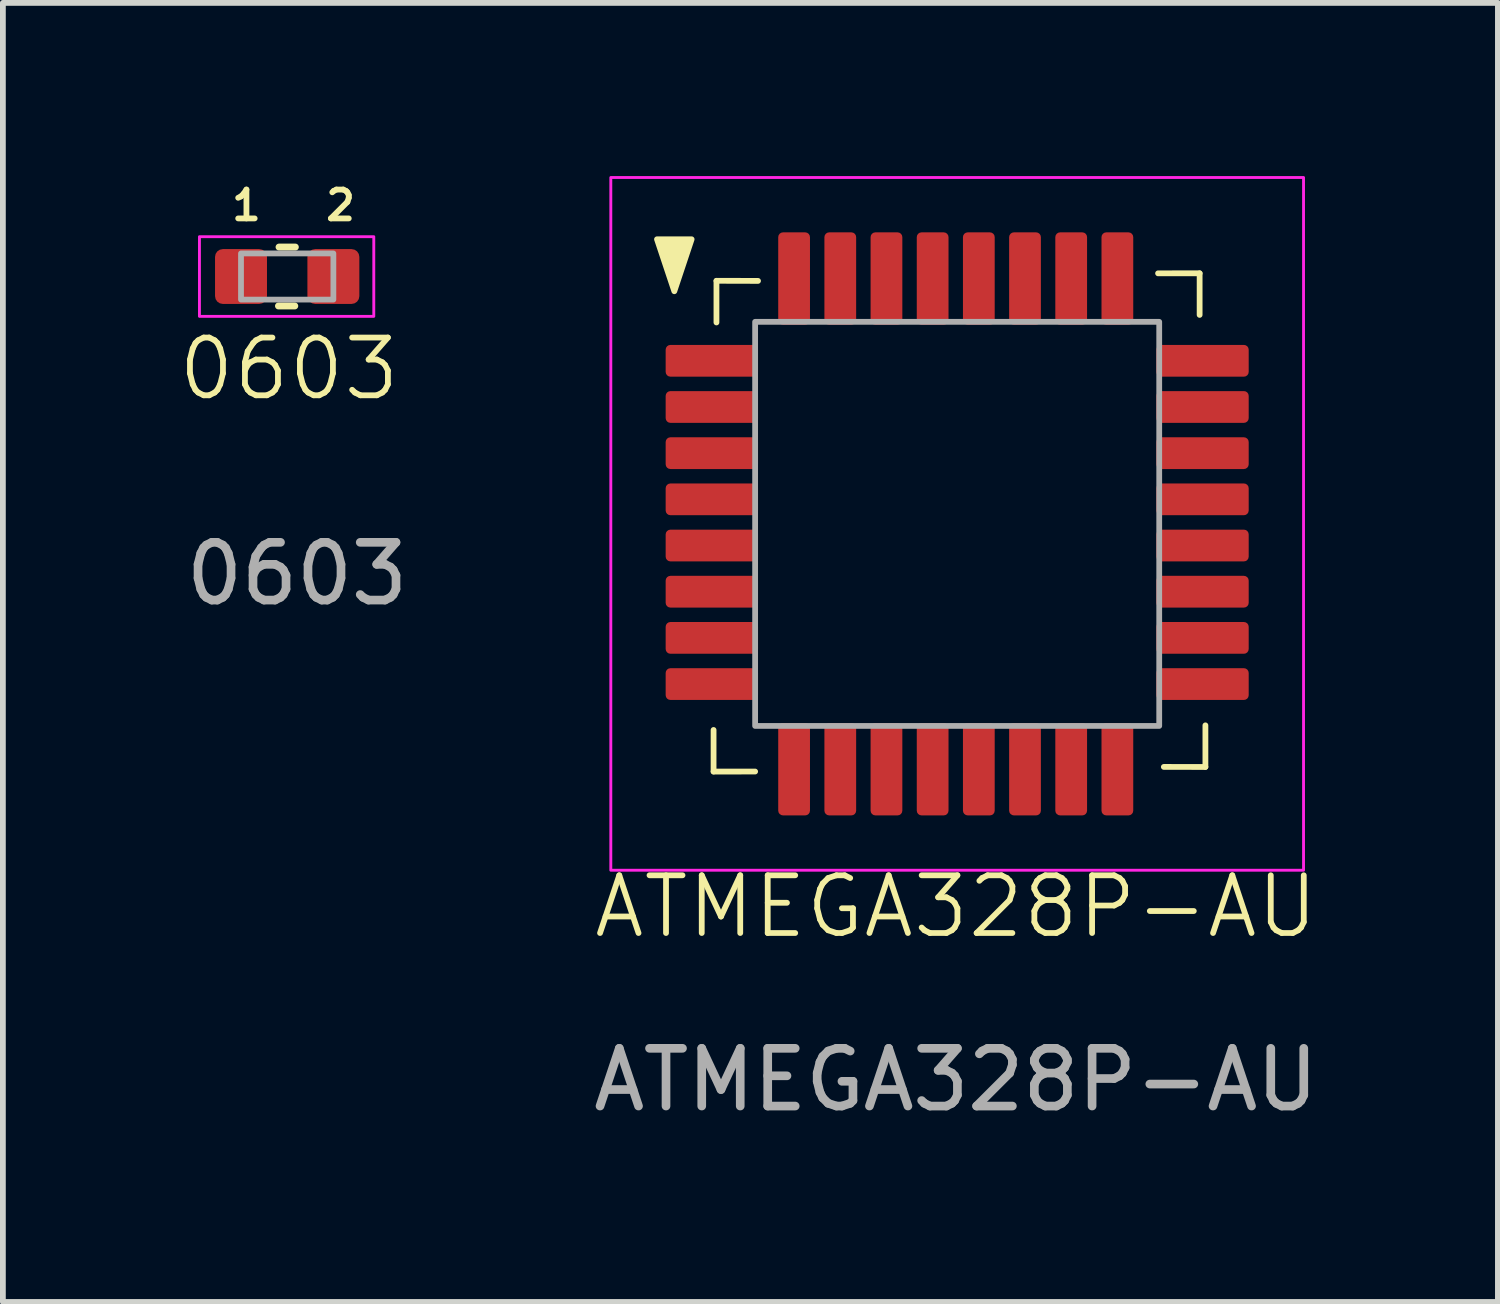
<source format=kicad_pcb>
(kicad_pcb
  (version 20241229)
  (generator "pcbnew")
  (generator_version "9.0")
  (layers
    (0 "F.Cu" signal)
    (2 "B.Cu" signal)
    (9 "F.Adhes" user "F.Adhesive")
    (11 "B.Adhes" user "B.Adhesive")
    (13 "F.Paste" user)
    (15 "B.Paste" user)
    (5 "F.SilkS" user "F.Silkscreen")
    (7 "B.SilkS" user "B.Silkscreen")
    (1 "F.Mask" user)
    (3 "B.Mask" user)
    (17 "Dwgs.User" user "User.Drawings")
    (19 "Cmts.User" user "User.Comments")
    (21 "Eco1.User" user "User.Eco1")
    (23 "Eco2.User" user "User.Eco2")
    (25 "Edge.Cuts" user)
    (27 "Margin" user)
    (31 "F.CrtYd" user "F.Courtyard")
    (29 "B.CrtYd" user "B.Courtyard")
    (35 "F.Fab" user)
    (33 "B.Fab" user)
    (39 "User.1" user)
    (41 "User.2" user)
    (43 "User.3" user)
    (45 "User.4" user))
  (footprint "0603"
    (layer "F.Cu")
    (at 1.895 1.74)
    (property "Reference" "0603" (at 0.06 1.6 0) (unlocked yes) (layer "F.SilkS") (effects (font (size 1 1) (thickness 0.1))))
    (attr smd)
    (fp_line (start -0.121 0.51) (end 0.161 0.51) (stroke (width 0.12) (type solid)) (layer "F.SilkS"))
    (fp_line (start -0.111 -0.51) (end 0.171 -0.51) (stroke (width 0.12) (type solid)) (layer "F.SilkS"))
    (fp_rect (start -1.49 -0.69) (end 1.53 0.69) (stroke (width 0.05) (type default)) (fill no) (layer "F.CrtYd"))
    (fp_rect (start -0.77 -0.4) (end 0.83 0.4) (stroke (width 0.1) (type default)) (fill no) (layer "F.Fab"))
    (fp_text user "2" (at 0.65 -0.94 0) (unlocked yes) (layer "F.SilkS") (effects (font (size 0.5 0.5) (thickness 0.1)) (justify left bottom)))
    (fp_text user "1" (at -0.98 -0.94 0) (unlocked yes) (layer "F.SilkS") (effects (font (size 0.5 0.5) (thickness 0.1)) (justify left bottom)))
    (fp_text user "${REFERENCE}" (at 0.2 5.15 0) (unlocked yes) (layer "F.Fab") (effects (font (size 1 1) (thickness 0.15))))
    (pad "1" smd roundrect (at -0.77 0) (size 0.9 0.95) (layers "F.Cu" "F.Mask" "F.Paste") (roundrect_rratio 0.15))
    (pad "2" smd roundrect (at 0.83 0) (size 0.9 0.95) (layers "F.Cu" "F.Mask" "F.Paste") (roundrect_rratio 0.15)))
  (footprint "ATMEGA328P-AU"
    (layer "F.Cu")
    (at 13.531 6.025)
    (property "Reference" "ATMEGA328P-AU" (at -0.02 6.63 0) (unlocked yes) (layer "F.SilkS") (effects (font (size 1 1) (thickness 0.1))))
    (attr smd)
    (fp_line (start -4.22 4.29) (end -4.22 3.57) (stroke (width 0.1) (type default)) (layer "F.SilkS"))
    (fp_line (start -4.17 -4.209) (end -4.17 -3.489) (stroke (width 0.1) (type default)) (layer "F.SilkS"))
    (fp_line (start -3.5 4.29) (end -4.22 4.291) (stroke (width 0.1) (type solid)) (layer "F.SilkS"))
    (fp_line (start -3.45 -4.209) (end -4.17 -4.211) (stroke (width 0.1) (type solid)) (layer "F.SilkS"))
    (fp_line (start 3.48 -4.34) (end 4.2 -4.341) (stroke (width 0.1) (type solid)) (layer "F.SilkS"))
    (fp_line (start 3.58 4.21) (end 4.3 4.211) (stroke (width 0.1) (type solid)) (layer "F.SilkS"))
    (fp_line (start 4.2 -4.34) (end 4.2 -3.62) (stroke (width 0.1) (type default)) (layer "F.SilkS"))
    (fp_line (start 4.3 4.21) (end 4.3 3.49) (stroke (width 0.1) (type default)) (layer "F.SilkS"))
    (fp_poly (pts (xy -4.9 -4.03) (xy -4.6 -4.93) (xy -5.2 -4.93)) (stroke (width 0.1) (type solid)) (fill yes) (layer "F.SilkS"))
    (fp_rect (start -6 -6) (end 6 6) (stroke (width 0.05) (type solid)) (fill no) (layer "F.CrtYd"))
    (fp_rect (start -3.5 -3.5) (end 3.5 3.5) (stroke (width 0.1) (type solid)) (fill no) (layer "F.Fab"))
    (fp_text user "${REFERENCE}" (at -0.02 9.63 0) (unlocked yes) (layer "F.Fab") (effects (font (size 1 1) (thickness 0.15))))
    (pad "1" smd roundrect (at -4.25 -2.825) (size 1.6 0.55) (layers "F.Cu" "F.Mask" "F.Paste") (roundrect_rratio 0.15))
    (pad "2" smd roundrect (at -4.25 -2.025) (size 1.6 0.55) (layers "F.Cu" "F.Mask" "F.Paste") (roundrect_rratio 0.15))
    (pad "3" smd roundrect (at -4.25 -1.225) (size 1.6 0.55) (layers "F.Cu" "F.Mask" "F.Paste") (roundrect_rratio 0.15))
    (pad "4" smd roundrect (at -4.25 -0.425) (size 1.6 0.55) (layers "F.Cu" "F.Mask" "F.Paste") (roundrect_rratio 0.15))
    (pad "5" smd roundrect (at -4.25 0.375) (size 1.6 0.55) (layers "F.Cu" "F.Mask" "F.Paste") (roundrect_rratio 0.15))
    (pad "6" smd roundrect (at -4.25 1.175) (size 1.6 0.55) (layers "F.Cu" "F.Mask" "F.Paste") (roundrect_rratio 0.15))
    (pad "7" smd roundrect (at -4.25 1.975) (size 1.6 0.55) (layers "F.Cu" "F.Mask" "F.Paste") (roundrect_rratio 0.15))
    (pad "8" smd roundrect (at -4.25 2.775) (size 1.6 0.55) (layers "F.Cu" "F.Mask" "F.Paste") (roundrect_rratio 0.15))
    (pad "9" smd roundrect (at -2.825 4.25 90) (size 1.6 0.55) (layers "F.Cu" "F.Mask" "F.Paste") (roundrect_rratio 0.15))
    (pad "10" smd roundrect (at -2.025 4.25 90) (size 1.6 0.55) (layers "F.Cu" "F.Mask" "F.Paste") (roundrect_rratio 0.15))
    (pad "11" smd roundrect (at -1.225 4.25 90) (size 1.6 0.55) (layers "F.Cu" "F.Mask" "F.Paste") (roundrect_rratio 0.15))
    (pad "12" smd roundrect (at -0.425 4.25 90) (size 1.6 0.55) (layers "F.Cu" "F.Mask" "F.Paste") (roundrect_rratio 0.15))
    (pad "13" smd roundrect (at 0.375 4.25 90) (size 1.6 0.55) (layers "F.Cu" "F.Mask" "F.Paste") (roundrect_rratio 0.15))
    (pad "14" smd roundrect (at 1.175 4.25 90) (size 1.6 0.55) (layers "F.Cu" "F.Mask" "F.Paste") (roundrect_rratio 0.15))
    (pad "15" smd roundrect (at 1.975 4.25 90) (size 1.6 0.55) (layers "F.Cu" "F.Mask" "F.Paste") (roundrect_rratio 0.15))
    (pad "16" smd roundrect (at 2.775 4.25 90) (size 1.6 0.55) (layers "F.Cu" "F.Mask" "F.Paste") (roundrect_rratio 0.15))
    (pad "17" smd roundrect (at 4.25 2.775) (size 1.6 0.55) (layers "F.Cu" "F.Mask" "F.Paste") (roundrect_rratio 0.15))
    (pad "18" smd roundrect (at 4.25 1.975) (size 1.6 0.55) (layers "F.Cu" "F.Mask" "F.Paste") (roundrect_rratio 0.15))
    (pad "19" smd roundrect (at 4.25 1.175) (size 1.6 0.55) (layers "F.Cu" "F.Mask" "F.Paste") (roundrect_rratio 0.15))
    (pad "20" smd roundrect (at 4.25 0.375) (size 1.6 0.55) (layers "F.Cu" "F.Mask" "F.Paste") (roundrect_rratio 0.15))
    (pad "21" smd roundrect (at 4.25 -0.425) (size 1.6 0.55) (layers "F.Cu" "F.Mask" "F.Paste") (roundrect_rratio 0.15))
    (pad "22" smd roundrect (at 4.25 -1.225) (size 1.6 0.55) (layers "F.Cu" "F.Mask" "F.Paste") (roundrect_rratio 0.15))
    (pad "23" smd roundrect (at 4.25 -2.025) (size 1.6 0.55) (layers "F.Cu" "F.Mask" "F.Paste") (roundrect_rratio 0.15))
    (pad "24" smd roundrect (at 4.25 -2.825) (size 1.6 0.55) (layers "F.Cu" "F.Mask" "F.Paste") (roundrect_rratio 0.15))
    (pad "25 " smd roundrect (at 2.775 -4.25 90) (size 1.6 0.55) (layers "F.Cu" "F.Mask" "F.Paste") (roundrect_rratio 0.15))
    (pad "26" smd roundrect (at 1.975 -4.25 90) (size 1.6 0.55) (layers "F.Cu" "F.Mask" "F.Paste") (roundrect_rratio 0.15))
    (pad "27" smd roundrect (at 1.175 -4.25 90) (size 1.6 0.55) (layers "F.Cu" "F.Mask" "F.Paste") (roundrect_rratio 0.15))
    (pad "28" smd roundrect (at 0.375 -4.25 90) (size 1.6 0.55) (layers "F.Cu" "F.Mask" "F.Paste") (roundrect_rratio 0.15))
    (pad "29" smd roundrect (at -0.425 -4.25 90) (size 1.6 0.55) (layers "F.Cu" "F.Mask" "F.Paste") (roundrect_rratio 0.15))
    (pad "30" smd roundrect (at -1.225 -4.25 90) (size 1.6 0.55) (layers "F.Cu" "F.Mask" "F.Paste") (roundrect_rratio 0.15))
    (pad "31" smd roundrect (at -2.025 -4.25 90) (size 1.6 0.55) (layers "F.Cu" "F.Mask" "F.Paste") (roundrect_rratio 0.15))
    (pad "32" smd roundrect (at -2.825 -4.25 90) (size 1.6 0.55) (layers "F.Cu" "F.Mask" "F.Paste") (roundrect_rratio 0.15)))
  (gr_rect
    (start -3 -3)
    (end 22.898 19.503)
    (stroke (width 0.1) (type default))
    (fill no)
    (layer "Edge.Cuts")))
</source>
